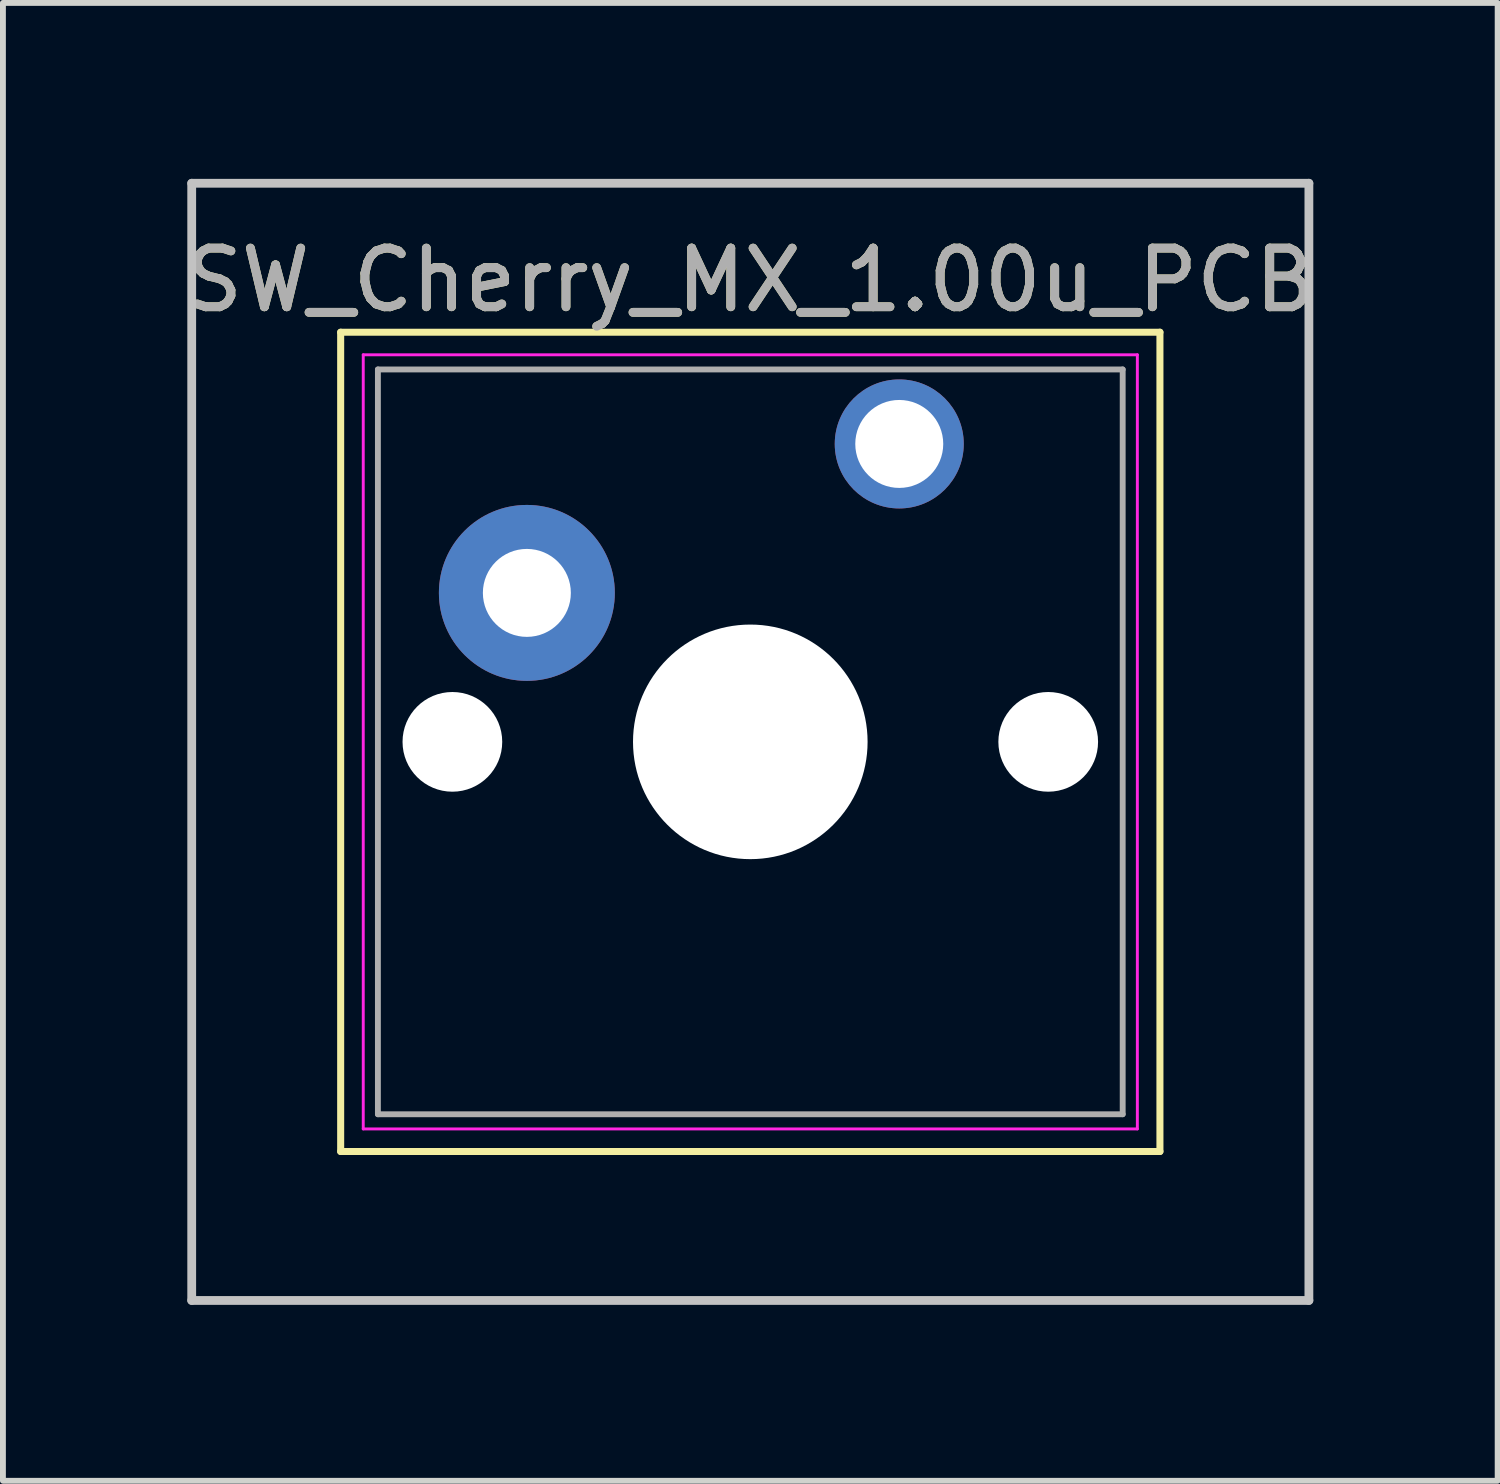
<source format=kicad_pcb>
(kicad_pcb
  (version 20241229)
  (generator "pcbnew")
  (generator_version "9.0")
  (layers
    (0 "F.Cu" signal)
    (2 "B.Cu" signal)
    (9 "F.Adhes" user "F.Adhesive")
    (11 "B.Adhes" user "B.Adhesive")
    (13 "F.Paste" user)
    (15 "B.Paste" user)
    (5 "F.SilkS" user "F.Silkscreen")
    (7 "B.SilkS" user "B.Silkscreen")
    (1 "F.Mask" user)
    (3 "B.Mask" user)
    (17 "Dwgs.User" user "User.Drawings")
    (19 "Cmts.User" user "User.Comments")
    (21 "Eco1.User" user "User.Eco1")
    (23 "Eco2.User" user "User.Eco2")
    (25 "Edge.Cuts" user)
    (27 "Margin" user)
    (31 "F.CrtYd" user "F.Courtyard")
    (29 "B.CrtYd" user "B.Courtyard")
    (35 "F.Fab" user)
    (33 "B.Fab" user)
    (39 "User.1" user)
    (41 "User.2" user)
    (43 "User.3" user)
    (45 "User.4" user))
  (footprint "SW_Cherry_MX_1.00u_PCB"
    (layer "F.Cu")
    (at 12.284 4.52)
    (property "Reference" "SW_Cherry_MX_1.00u_PCB" (at -2.54 -2.794 0) (layer "F.SilkS") (effects (font (size 1 1) (thickness 0.15))))
    (attr through_hole)
    (fp_line (start -9.525 -1.905) (end 4.445 -1.905) (stroke (width 0.12) (type solid)) (layer "F.SilkS"))
    (fp_line (start -9.525 12.065) (end -9.525 -1.905) (stroke (width 0.12) (type solid)) (layer "F.SilkS"))
    (fp_line (start 4.445 -1.905) (end 4.445 12.065) (stroke (width 0.12) (type solid)) (layer "F.SilkS"))
    (fp_line (start 4.445 12.065) (end -9.525 12.065) (stroke (width 0.12) (type solid)) (layer "F.SilkS"))
    (fp_line (start -12.065 -4.445) (end 6.985 -4.445) (stroke (width 0.15) (type solid)) (layer "Dwgs.User"))
    (fp_line (start -12.065 14.605) (end -12.065 -4.445) (stroke (width 0.15) (type solid)) (layer "Dwgs.User"))
    (fp_line (start 6.985 -4.445) (end 6.985 14.605) (stroke (width 0.15) (type solid)) (layer "Dwgs.User"))
    (fp_line (start 6.985 14.605) (end -12.065 14.605) (stroke (width 0.15) (type solid)) (layer "Dwgs.User"))
    (fp_line (start -9.14 -1.52) (end 4.06 -1.52) (stroke (width 0.05) (type solid)) (layer "F.CrtYd"))
    (fp_line (start -9.14 11.68) (end -9.14 -1.52) (stroke (width 0.05) (type solid)) (layer "F.CrtYd"))
    (fp_line (start 4.06 -1.52) (end 4.06 11.68) (stroke (width 0.05) (type solid)) (layer "F.CrtYd"))
    (fp_line (start 4.06 11.68) (end -9.14 11.68) (stroke (width 0.05) (type solid)) (layer "F.CrtYd"))
    (fp_line (start -8.89 -1.27) (end 3.81 -1.27) (stroke (width 0.1) (type solid)) (layer "F.Fab"))
    (fp_line (start -8.89 11.43) (end -8.89 -1.27) (stroke (width 0.1) (type solid)) (layer "F.Fab"))
    (fp_line (start 3.81 -1.27) (end 3.81 11.43) (stroke (width 0.1) (type solid)) (layer "F.Fab"))
    (fp_line (start 3.81 11.43) (end -8.89 11.43) (stroke (width 0.1) (type solid)) (layer "F.Fab"))
    (fp_text user "${REFERENCE}" (at -2.54 -2.794 0) (layer "F.Fab") (effects (font (size 1 1) (thickness 0.15))))
    (pad "" np_thru_hole circle (at -7.62 5.08) (size 1.7 1.7) (drill 1.7) (layers "*.Cu" "*.Mask"))
    (pad "" np_thru_hole circle (at -2.54 5.08) (size 4 4) (drill 4) (layers "*.Cu" "*.Mask"))
    (pad "" np_thru_hole circle (at 2.54 5.08) (size 1.7 1.7) (drill 1.7) (layers "*.Cu" "*.Mask"))
    (pad "1" thru_hole circle (at 0 0) (size 2.2 2.2) (drill 1.5) (layers "*.Cu" "*.Mask"))
    (pad "2" thru_hole circle (at -6.35 2.54) (size 3 3) (drill 1.5) (layers "*.Cu" "*.Mask")))
  (gr_rect
    (start -3 -3)
    (end 22.488 22.2)
    (stroke (width 0.1) (type default))
    (fill no)
    (layer "Edge.Cuts")))
</source>
